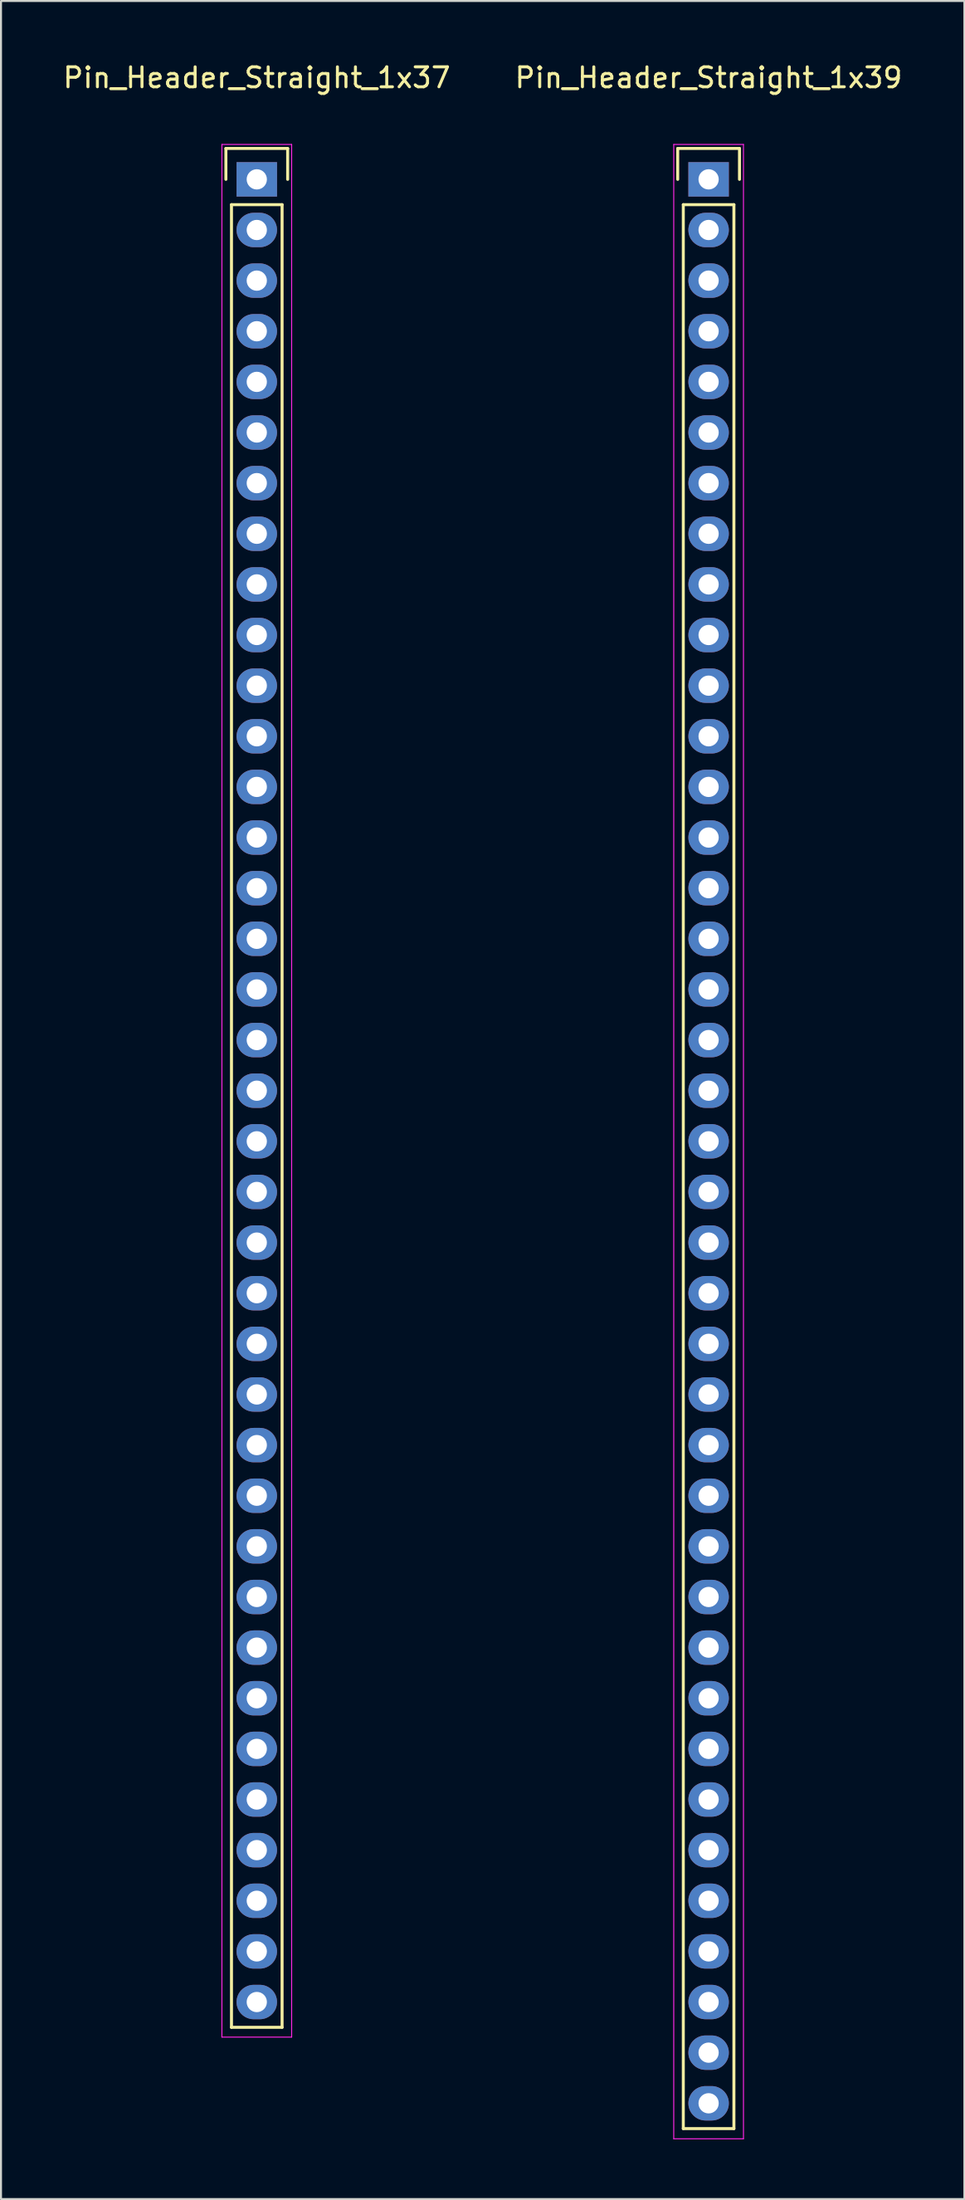
<source format=kicad_pcb>
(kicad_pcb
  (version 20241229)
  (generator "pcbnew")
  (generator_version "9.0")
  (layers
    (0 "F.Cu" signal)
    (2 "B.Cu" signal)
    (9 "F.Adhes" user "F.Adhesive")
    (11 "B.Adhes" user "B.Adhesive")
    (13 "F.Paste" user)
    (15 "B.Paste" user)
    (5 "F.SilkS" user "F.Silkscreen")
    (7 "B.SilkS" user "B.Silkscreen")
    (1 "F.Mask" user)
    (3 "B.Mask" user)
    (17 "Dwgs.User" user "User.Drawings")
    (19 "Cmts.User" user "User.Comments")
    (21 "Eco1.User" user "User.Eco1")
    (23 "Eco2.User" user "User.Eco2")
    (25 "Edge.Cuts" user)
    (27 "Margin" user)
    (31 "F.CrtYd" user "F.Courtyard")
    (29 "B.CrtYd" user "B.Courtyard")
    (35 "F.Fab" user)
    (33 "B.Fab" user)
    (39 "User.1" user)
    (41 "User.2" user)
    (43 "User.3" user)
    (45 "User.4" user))
  (footprint "Pin_Header_Straight_1x37"
    (layer "F.Cu")
    (at 9.839 5.948)
    (property "Reference" "Pin_Header_Straight_1x37" (at 0 -5.1 0) (layer "F.SilkS") (effects (font (size 1 1) (thickness 0.15))))
    (attr through_hole)
    (fp_line (start -1.55 -1.55) (end 1.55 -1.55) (stroke (width 0.15) (type solid)) (layer "F.SilkS"))
    (fp_line (start -1.55 0) (end -1.55 -1.55) (stroke (width 0.15) (type solid)) (layer "F.SilkS"))
    (fp_line (start -1.27 1.27) (end -1.27 92.71) (stroke (width 0.15) (type solid)) (layer "F.SilkS"))
    (fp_line (start -1.27 92.71) (end 1.27 92.71) (stroke (width 0.15) (type solid)) (layer "F.SilkS"))
    (fp_line (start 1.27 1.27) (end -1.27 1.27) (stroke (width 0.15) (type solid)) (layer "F.SilkS"))
    (fp_line (start 1.27 92.71) (end 1.27 1.27) (stroke (width 0.15) (type solid)) (layer "F.SilkS"))
    (fp_line (start 1.55 -1.55) (end 1.55 0) (stroke (width 0.15) (type solid)) (layer "F.SilkS"))
    (fp_line (start -1.75 -1.75) (end -1.75 93.2) (stroke (width 0.05) (type solid)) (layer "F.CrtYd"))
    (fp_line (start -1.75 -1.75) (end 1.75 -1.75) (stroke (width 0.05) (type solid)) (layer "F.CrtYd"))
    (fp_line (start -1.75 93.2) (end 1.75 93.2) (stroke (width 0.05) (type solid)) (layer "F.CrtYd"))
    (fp_line (start 1.75 -1.75) (end 1.75 93.2) (stroke (width 0.05) (type solid)) (layer "F.CrtYd"))
    (pad "1" thru_hole rect (at 0 0) (size 2.032 1.727) (drill 1.016) (layers "*.Cu" "*.Mask"))
    (pad "2" thru_hole oval (at 0 2.54) (size 2.032 1.727) (drill 1.016) (layers "*.Cu" "*.Mask"))
    (pad "3" thru_hole oval (at 0 5.08) (size 2.032 1.727) (drill 1.016) (layers "*.Cu" "*.Mask"))
    (pad "4" thru_hole oval (at 0 7.62) (size 2.032 1.727) (drill 1.016) (layers "*.Cu" "*.Mask"))
    (pad "5" thru_hole oval (at 0 10.16) (size 2.032 1.727) (drill 1.016) (layers "*.Cu" "*.Mask"))
    (pad "6" thru_hole oval (at 0 12.7) (size 2.032 1.727) (drill 1.016) (layers "*.Cu" "*.Mask"))
    (pad "7" thru_hole oval (at 0 15.24) (size 2.032 1.727) (drill 1.016) (layers "*.Cu" "*.Mask"))
    (pad "8" thru_hole oval (at 0 17.78) (size 2.032 1.727) (drill 1.016) (layers "*.Cu" "*.Mask"))
    (pad "9" thru_hole oval (at 0 20.32) (size 2.032 1.727) (drill 1.016) (layers "*.Cu" "*.Mask"))
    (pad "10" thru_hole oval (at 0 22.86) (size 2.032 1.727) (drill 1.016) (layers "*.Cu" "*.Mask"))
    (pad "11" thru_hole oval (at 0 25.4) (size 2.032 1.727) (drill 1.016) (layers "*.Cu" "*.Mask"))
    (pad "12" thru_hole oval (at 0 27.94) (size 2.032 1.727) (drill 1.016) (layers "*.Cu" "*.Mask"))
    (pad "13" thru_hole oval (at 0 30.48) (size 2.032 1.727) (drill 1.016) (layers "*.Cu" "*.Mask"))
    (pad "14" thru_hole oval (at 0 33.02) (size 2.032 1.727) (drill 1.016) (layers "*.Cu" "*.Mask"))
    (pad "15" thru_hole oval (at 0 35.56) (size 2.032 1.727) (drill 1.016) (layers "*.Cu" "*.Mask"))
    (pad "16" thru_hole oval (at 0 38.1) (size 2.032 1.727) (drill 1.016) (layers "*.Cu" "*.Mask"))
    (pad "17" thru_hole oval (at 0 40.64) (size 2.032 1.727) (drill 1.016) (layers "*.Cu" "*.Mask"))
    (pad "18" thru_hole oval (at 0 43.18) (size 2.032 1.727) (drill 1.016) (layers "*.Cu" "*.Mask"))
    (pad "19" thru_hole oval (at 0 45.72) (size 2.032 1.727) (drill 1.016) (layers "*.Cu" "*.Mask"))
    (pad "20" thru_hole oval (at 0 48.26) (size 2.032 1.727) (drill 1.016) (layers "*.Cu" "*.Mask"))
    (pad "21" thru_hole oval (at 0 50.8) (size 2.032 1.727) (drill 1.016) (layers "*.Cu" "*.Mask"))
    (pad "22" thru_hole oval (at 0 53.34) (size 2.032 1.727) (drill 1.016) (layers "*.Cu" "*.Mask"))
    (pad "23" thru_hole oval (at 0 55.88) (size 2.032 1.727) (drill 1.016) (layers "*.Cu" "*.Mask"))
    (pad "24" thru_hole oval (at 0 58.42) (size 2.032 1.727) (drill 1.016) (layers "*.Cu" "*.Mask"))
    (pad "25" thru_hole oval (at 0 60.96) (size 2.032 1.727) (drill 1.016) (layers "*.Cu" "*.Mask"))
    (pad "26" thru_hole oval (at 0 63.5) (size 2.032 1.727) (drill 1.016) (layers "*.Cu" "*.Mask"))
    (pad "27" thru_hole oval (at 0 66.04) (size 2.032 1.727) (drill 1.016) (layers "*.Cu" "*.Mask"))
    (pad "28" thru_hole oval (at 0 68.58) (size 2.032 1.727) (drill 1.016) (layers "*.Cu" "*.Mask"))
    (pad "29" thru_hole oval (at 0 71.12) (size 2.032 1.727) (drill 1.016) (layers "*.Cu" "*.Mask"))
    (pad "30" thru_hole oval (at 0 73.66) (size 2.032 1.727) (drill 1.016) (layers "*.Cu" "*.Mask"))
    (pad "31" thru_hole oval (at 0 76.2) (size 2.032 1.727) (drill 1.016) (layers "*.Cu" "*.Mask"))
    (pad "32" thru_hole oval (at 0 78.74) (size 2.032 1.727) (drill 1.016) (layers "*.Cu" "*.Mask"))
    (pad "33" thru_hole oval (at 0 81.28) (size 2.032 1.727) (drill 1.016) (layers "*.Cu" "*.Mask"))
    (pad "34" thru_hole oval (at 0 83.82) (size 2.032 1.727) (drill 1.016) (layers "*.Cu" "*.Mask"))
    (pad "35" thru_hole oval (at 0 86.36) (size 2.032 1.727) (drill 1.016) (layers "*.Cu" "*.Mask"))
    (pad "36" thru_hole oval (at 0 88.9) (size 2.032 1.727) (drill 1.016) (layers "*.Cu" "*.Mask"))
    (pad "37" thru_hole oval (at 0 91.44) (size 2.032 1.727) (drill 1.016) (layers "*.Cu" "*.Mask")))
  (footprint "Pin_Header_Straight_1x39"
    (layer "F.Cu")
    (at 32.518 5.948)
    (property "Reference" "Pin_Header_Straight_1x39" (at 0 -5.1 0) (layer "F.SilkS") (effects (font (size 1 1) (thickness 0.15))))
    (attr through_hole)
    (fp_line (start -1.55 -1.55) (end 1.55 -1.55) (stroke (width 0.15) (type solid)) (layer "F.SilkS"))
    (fp_line (start -1.55 0) (end -1.55 -1.55) (stroke (width 0.15) (type solid)) (layer "F.SilkS"))
    (fp_line (start -1.27 1.27) (end -1.27 97.79) (stroke (width 0.15) (type solid)) (layer "F.SilkS"))
    (fp_line (start -1.27 97.79) (end 1.27 97.79) (stroke (width 0.15) (type solid)) (layer "F.SilkS"))
    (fp_line (start 1.27 1.27) (end -1.27 1.27) (stroke (width 0.15) (type solid)) (layer "F.SilkS"))
    (fp_line (start 1.27 97.79) (end 1.27 1.27) (stroke (width 0.15) (type solid)) (layer "F.SilkS"))
    (fp_line (start 1.55 -1.55) (end 1.55 0) (stroke (width 0.15) (type solid)) (layer "F.SilkS"))
    (fp_line (start -1.75 -1.75) (end -1.75 98.3) (stroke (width 0.05) (type solid)) (layer "F.CrtYd"))
    (fp_line (start -1.75 -1.75) (end 1.75 -1.75) (stroke (width 0.05) (type solid)) (layer "F.CrtYd"))
    (fp_line (start -1.75 98.3) (end 1.75 98.3) (stroke (width 0.05) (type solid)) (layer "F.CrtYd"))
    (fp_line (start 1.75 -1.75) (end 1.75 98.3) (stroke (width 0.05) (type solid)) (layer "F.CrtYd"))
    (pad "1" thru_hole rect (at 0 0) (size 2.032 1.727) (drill 1.016) (layers "*.Cu" "*.Mask"))
    (pad "2" thru_hole oval (at 0 2.54) (size 2.032 1.727) (drill 1.016) (layers "*.Cu" "*.Mask"))
    (pad "3" thru_hole oval (at 0 5.08) (size 2.032 1.727) (drill 1.016) (layers "*.Cu" "*.Mask"))
    (pad "4" thru_hole oval (at 0 7.62) (size 2.032 1.727) (drill 1.016) (layers "*.Cu" "*.Mask"))
    (pad "5" thru_hole oval (at 0 10.16) (size 2.032 1.727) (drill 1.016) (layers "*.Cu" "*.Mask"))
    (pad "6" thru_hole oval (at 0 12.7) (size 2.032 1.727) (drill 1.016) (layers "*.Cu" "*.Mask"))
    (pad "7" thru_hole oval (at 0 15.24) (size 2.032 1.727) (drill 1.016) (layers "*.Cu" "*.Mask"))
    (pad "8" thru_hole oval (at 0 17.78) (size 2.032 1.727) (drill 1.016) (layers "*.Cu" "*.Mask"))
    (pad "9" thru_hole oval (at 0 20.32) (size 2.032 1.727) (drill 1.016) (layers "*.Cu" "*.Mask"))
    (pad "10" thru_hole oval (at 0 22.86) (size 2.032 1.727) (drill 1.016) (layers "*.Cu" "*.Mask"))
    (pad "11" thru_hole oval (at 0 25.4) (size 2.032 1.727) (drill 1.016) (layers "*.Cu" "*.Mask"))
    (pad "12" thru_hole oval (at 0 27.94) (size 2.032 1.727) (drill 1.016) (layers "*.Cu" "*.Mask"))
    (pad "13" thru_hole oval (at 0 30.48) (size 2.032 1.727) (drill 1.016) (layers "*.Cu" "*.Mask"))
    (pad "14" thru_hole oval (at 0 33.02) (size 2.032 1.727) (drill 1.016) (layers "*.Cu" "*.Mask"))
    (pad "15" thru_hole oval (at 0 35.56) (size 2.032 1.727) (drill 1.016) (layers "*.Cu" "*.Mask"))
    (pad "16" thru_hole oval (at 0 38.1) (size 2.032 1.727) (drill 1.016) (layers "*.Cu" "*.Mask"))
    (pad "17" thru_hole oval (at 0 40.64) (size 2.032 1.727) (drill 1.016) (layers "*.Cu" "*.Mask"))
    (pad "18" thru_hole oval (at 0 43.18) (size 2.032 1.727) (drill 1.016) (layers "*.Cu" "*.Mask"))
    (pad "19" thru_hole oval (at 0 45.72) (size 2.032 1.727) (drill 1.016) (layers "*.Cu" "*.Mask"))
    (pad "20" thru_hole oval (at 0 48.26) (size 2.032 1.727) (drill 1.016) (layers "*.Cu" "*.Mask"))
    (pad "21" thru_hole oval (at 0 50.8) (size 2.032 1.727) (drill 1.016) (layers "*.Cu" "*.Mask"))
    (pad "22" thru_hole oval (at 0 53.34) (size 2.032 1.727) (drill 1.016) (layers "*.Cu" "*.Mask"))
    (pad "23" thru_hole oval (at 0 55.88) (size 2.032 1.727) (drill 1.016) (layers "*.Cu" "*.Mask"))
    (pad "24" thru_hole oval (at 0 58.42) (size 2.032 1.727) (drill 1.016) (layers "*.Cu" "*.Mask"))
    (pad "25" thru_hole oval (at 0 60.96) (size 2.032 1.727) (drill 1.016) (layers "*.Cu" "*.Mask"))
    (pad "26" thru_hole oval (at 0 63.5) (size 2.032 1.727) (drill 1.016) (layers "*.Cu" "*.Mask"))
    (pad "27" thru_hole oval (at 0 66.04) (size 2.032 1.727) (drill 1.016) (layers "*.Cu" "*.Mask"))
    (pad "28" thru_hole oval (at 0 68.58) (size 2.032 1.727) (drill 1.016) (layers "*.Cu" "*.Mask"))
    (pad "29" thru_hole oval (at 0 71.12) (size 2.032 1.727) (drill 1.016) (layers "*.Cu" "*.Mask"))
    (pad "30" thru_hole oval (at 0 73.66) (size 2.032 1.727) (drill 1.016) (layers "*.Cu" "*.Mask"))
    (pad "31" thru_hole oval (at 0 76.2) (size 2.032 1.727) (drill 1.016) (layers "*.Cu" "*.Mask"))
    (pad "32" thru_hole oval (at 0 78.74) (size 2.032 1.727) (drill 1.016) (layers "*.Cu" "*.Mask"))
    (pad "33" thru_hole oval (at 0 81.28) (size 2.032 1.727) (drill 1.016) (layers "*.Cu" "*.Mask"))
    (pad "34" thru_hole oval (at 0 83.82) (size 2.032 1.727) (drill 1.016) (layers "*.Cu" "*.Mask"))
    (pad "35" thru_hole oval (at 0 86.36) (size 2.032 1.727) (drill 1.016) (layers "*.Cu" "*.Mask"))
    (pad "36" thru_hole oval (at 0 88.9) (size 2.032 1.727) (drill 1.016) (layers "*.Cu" "*.Mask"))
    (pad "37" thru_hole oval (at 0 91.44) (size 2.032 1.727) (drill 1.016) (layers "*.Cu" "*.Mask"))
    (pad "38" thru_hole oval (at 0 93.98) (size 2.032 1.727) (drill 1.016) (layers "*.Cu" "*.Mask"))
    (pad "39" thru_hole oval (at 0 96.52) (size 2.032 1.727) (drill 1.016) (layers "*.Cu" "*.Mask")))
  (gr_rect
    (start -3 -3)
    (end 45.357 107.273)
    (stroke (width 0.1) (type default))
    (fill no)
    (layer "Edge.Cuts")))
</source>
